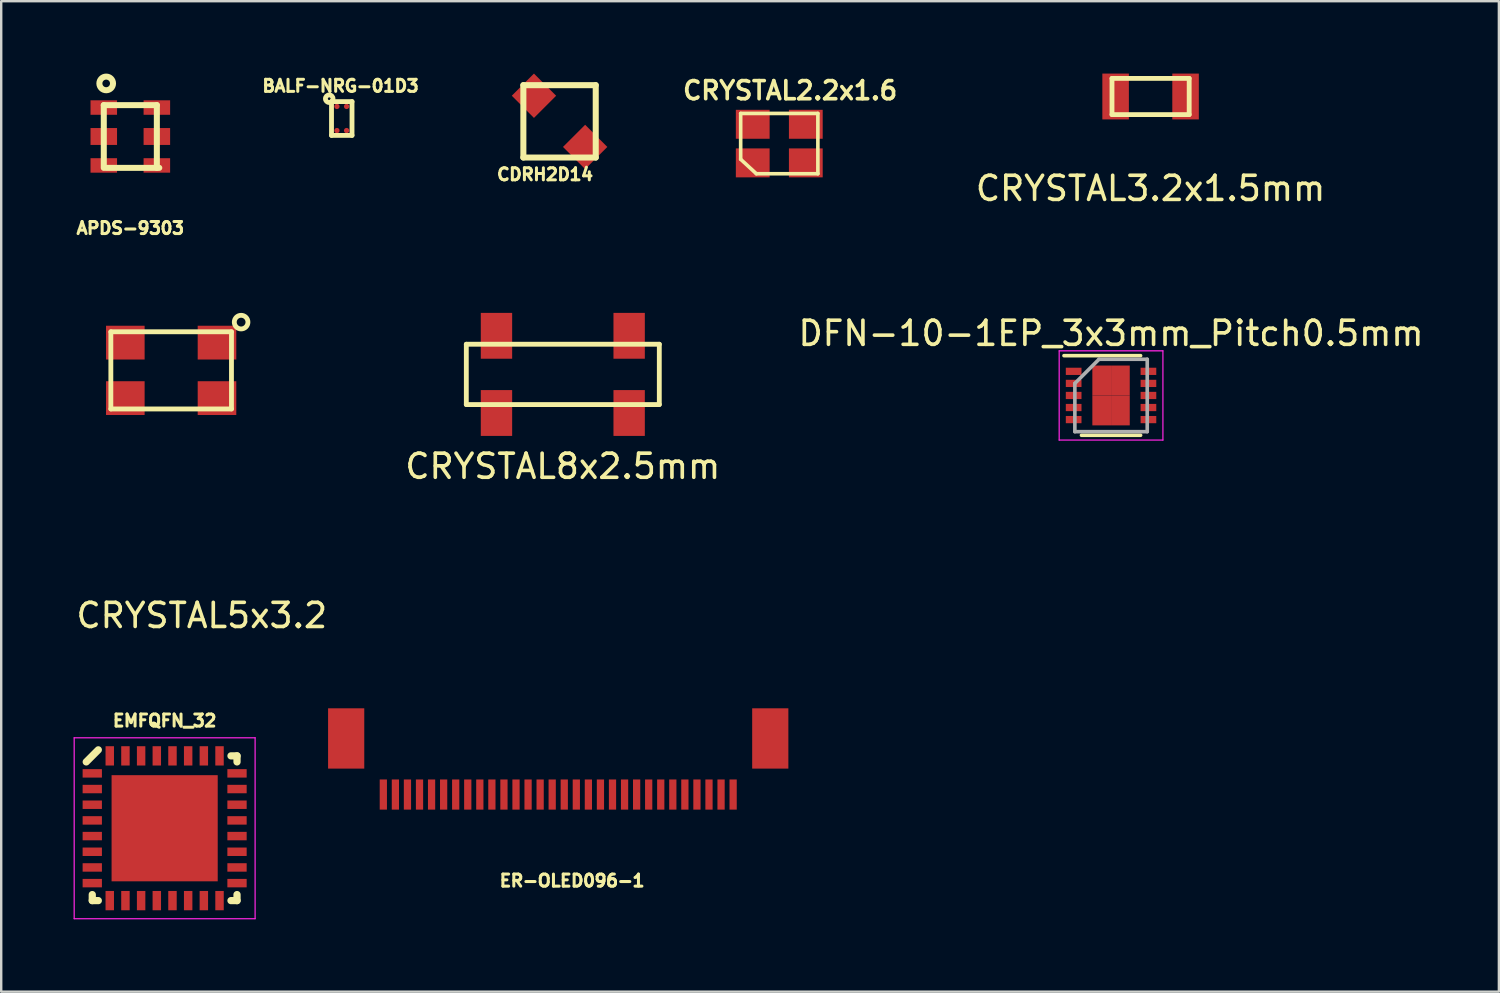
<source format=kicad_pcb>
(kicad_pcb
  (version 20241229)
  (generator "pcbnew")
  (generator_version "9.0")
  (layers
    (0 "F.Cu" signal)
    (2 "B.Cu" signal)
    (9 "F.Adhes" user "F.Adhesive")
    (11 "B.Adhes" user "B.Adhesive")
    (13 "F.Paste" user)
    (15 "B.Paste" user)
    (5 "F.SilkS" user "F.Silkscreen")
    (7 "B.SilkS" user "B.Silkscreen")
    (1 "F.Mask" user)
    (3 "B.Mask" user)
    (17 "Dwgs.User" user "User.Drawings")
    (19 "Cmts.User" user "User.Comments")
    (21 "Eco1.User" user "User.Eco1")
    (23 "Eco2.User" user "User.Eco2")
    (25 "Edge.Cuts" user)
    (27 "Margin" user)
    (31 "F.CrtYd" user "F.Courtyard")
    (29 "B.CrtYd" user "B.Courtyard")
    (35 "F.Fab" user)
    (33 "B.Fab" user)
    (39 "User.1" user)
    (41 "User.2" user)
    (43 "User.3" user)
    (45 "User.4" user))
  (footprint "DFN-10-1EP_3x3mm_Pitch0.5mm"
    (layer "F.Cu")
    (at 43.006 13.343)
    (property "Reference" "DFN-10-1EP_3x3mm_Pitch0.5mm" (at 0 -2.575 0) (layer "F.SilkS") (effects (font (size 1 1) (thickness 0.15))))
    (attr smd)
    (fp_line (start -1.95 -1.65) (end 1.225 -1.65) (stroke (width 0.15) (type solid)) (layer "F.SilkS"))
    (fp_line (start -1.225 1.65) (end 1.225 1.65) (stroke (width 0.15) (type solid)) (layer "F.SilkS"))
    (fp_line (start -2.15 -1.85) (end -2.15 1.85) (stroke (width 0.05) (type solid)) (layer "F.CrtYd"))
    (fp_line (start -2.15 -1.85) (end 2.15 -1.85) (stroke (width 0.05) (type solid)) (layer "F.CrtYd"))
    (fp_line (start -2.15 1.85) (end 2.15 1.85) (stroke (width 0.05) (type solid)) (layer "F.CrtYd"))
    (fp_line (start 2.15 -1.85) (end 2.15 1.85) (stroke (width 0.05) (type solid)) (layer "F.CrtYd"))
    (fp_line (start -1.5 -0.5) (end -0.5 -1.5) (stroke (width 0.15) (type solid)) (layer "F.Fab"))
    (fp_line (start -1.5 1.5) (end -1.5 -0.5) (stroke (width 0.15) (type solid)) (layer "F.Fab"))
    (fp_line (start -0.5 -1.5) (end 1.5 -1.5) (stroke (width 0.15) (type solid)) (layer "F.Fab"))
    (fp_line (start 1.5 -1.5) (end 1.5 1.5) (stroke (width 0.15) (type solid)) (layer "F.Fab"))
    (fp_line (start 1.5 1.5) (end -1.5 1.5) (stroke (width 0.15) (type solid)) (layer "F.Fab"))
    (pad "1" smd rect (at -1.55 -1) (size 0.65 0.3) (layers "F.Cu" "F.Mask" "F.Paste"))
    (pad "2" smd rect (at -1.55 -0.5) (size 0.65 0.3) (layers "F.Cu" "F.Mask" "F.Paste"))
    (pad "3" smd rect (at -1.55 0) (size 0.65 0.3) (layers "F.Cu" "F.Mask" "F.Paste"))
    (pad "4" smd rect (at -1.55 0.5) (size 0.65 0.3) (layers "F.Cu" "F.Mask" "F.Paste"))
    (pad "5" smd rect (at -1.55 1) (size 0.65 0.3) (layers "F.Cu" "F.Mask" "F.Paste"))
    (pad "6" smd rect (at 1.55 1) (size 0.65 0.3) (layers "F.Cu" "F.Mask" "F.Paste"))
    (pad "7" smd rect (at 1.55 0.5) (size 0.65 0.3) (layers "F.Cu" "F.Mask" "F.Paste"))
    (pad "8" smd rect (at 1.55 0) (size 0.65 0.3) (layers "F.Cu" "F.Mask" "F.Paste"))
    (pad "9" smd rect (at 1.55 -0.5) (size 0.65 0.3) (layers "F.Cu" "F.Mask" "F.Paste"))
    (pad "10" smd rect (at 1.55 -1) (size 0.65 0.3) (layers "F.Cu" "F.Mask" "F.Paste"))
    (pad "11" smd rect (at -0.388 -0.62) (size 0.775 1.24) (layers "F.Cu" "F.Mask" "F.Paste"))
    (pad "11" smd rect (at -0.388 0.62) (size 0.775 1.24) (layers "F.Cu" "F.Mask" "F.Paste"))
    (pad "11" smd rect (at 0.388 -0.62) (size 0.775 1.24) (layers "F.Cu" "F.Mask" "F.Paste"))
    (pad "11" smd rect (at 0.388 0.62) (size 0.775 1.24) (layers "F.Cu" "F.Mask" "F.Paste")))
  (footprint "CDRH2D14"
    (layer "F.Cu")
    (at 20.145 1.98)
    (property "Reference" "CDRH2D14" (at -0.6 2.2 0) (layer "F.SilkS") (effects (font (size 0.5 0.5) (thickness 0.125))))
    (attr through_hole)
    (fp_line (start -1.5 -1.5) (end -1.5 1.5) (stroke (width 0.25) (type solid)) (layer "F.SilkS"))
    (fp_line (start -1.5 -1.5) (end 1.5 -1.5) (stroke (width 0.25) (type solid)) (layer "F.SilkS"))
    (fp_line (start -1.5 1.5) (end 1.5 1.5) (stroke (width 0.25) (type solid)) (layer "F.SilkS"))
    (fp_line (start 1.5 -1.5) (end 1.5 1.5) (stroke (width 0.25) (type solid)) (layer "F.SilkS"))
    (pad "1" smd rect (at -1.061 -1.061 45) (size 1.3 1.3) (layers "F.Cu" "F.Mask" "F.Paste"))
    (pad "2" smd rect (at 1.061 1.061 45) (size 1.3 1.3) (layers "F.Cu" "F.Mask" "F.Paste")))
  (footprint "BALF-NRG-01D3"
    (layer "F.Cu")
    (at 11.117 1.862)
    (property "Reference" "BALF-NRG-01D3" (at -0.05 -1.35 0) (layer "F.SilkS") (effects (font (size 0.5 0.5) (thickness 0.125))))
    (attr through_hole)
    (fp_line (start -0.425 -0.7) (end -0.425 0.7) (stroke (width 0.2) (type solid)) (layer "F.SilkS"))
    (fp_line (start -0.425 -0.7) (end 0.425 -0.7) (stroke (width 0.2) (type solid)) (layer "F.SilkS"))
    (fp_line (start -0.425 0.7) (end 0.425 0.7) (stroke (width 0.2) (type solid)) (layer "F.SilkS"))
    (fp_line (start 0.425 -0.7) (end 0.425 0.7) (stroke (width 0.2) (type solid)) (layer "F.SilkS"))
    (fp_circle (center -0.52 -0.82) (end -0.56 -0.86) (stroke (width 0.2) (type solid)) (fill no) (layer "F.SilkS"))
    (pad "1" smd circle (at -0.2 -0.5) (size 0.22 0.22) (layers "F.Cu" "F.Mask" "F.Paste"))
    (pad "2" smd circle (at 0.2 -0.5) (size 0.22 0.22) (layers "F.Cu" "F.Mask" "F.Paste"))
    (pad "3" smd circle (at 0.2 0.5) (size 0.22 0.22) (layers "F.Cu" "F.Mask" "F.Paste"))
    (pad "4" smd circle (at -0.2 0.5) (size 0.22 0.22) (layers "F.Cu" "F.Mask" "F.Paste")))
  (footprint "ER-OLED096-1"
    (layer "F.Cu")
    (at 20.09 29.886)
    (property "Reference" "ER-OLED096-1" (at 0.576 3.572 0) (layer "F.SilkS") (effects (font (size 0.5 0.5) (thickness 0.125))))
    (attr through_hole)
    (pad "1" smd rect (at -7.25 0 180) (size 0.3 1.25) (layers "F.Cu" "F.Mask" "F.Paste"))
    (pad "2" smd rect (at -6.75 0 180) (size 0.3 1.25) (layers "F.Cu" "F.Mask" "F.Paste"))
    (pad "3" smd rect (at -6.25 0 180) (size 0.3 1.25) (layers "F.Cu" "F.Mask" "F.Paste"))
    (pad "4" smd rect (at -5.75 0 180) (size 0.3 1.25) (layers "F.Cu" "F.Mask" "F.Paste"))
    (pad "5" smd rect (at -5.25 0 180) (size 0.3 1.25) (layers "F.Cu" "F.Mask" "F.Paste"))
    (pad "6" smd rect (at -4.75 0 180) (size 0.3 1.25) (layers "F.Cu" "F.Mask" "F.Paste"))
    (pad "7" smd rect (at -4.25 0 180) (size 0.3 1.25) (layers "F.Cu" "F.Mask" "F.Paste"))
    (pad "8" smd rect (at -3.75 0 180) (size 0.3 1.25) (layers "F.Cu" "F.Mask" "F.Paste"))
    (pad "9" smd rect (at -3.25 0 180) (size 0.3 1.25) (layers "F.Cu" "F.Mask" "F.Paste"))
    (pad "10" smd rect (at -2.75 0 180) (size 0.3 1.25) (layers "F.Cu" "F.Mask" "F.Paste"))
    (pad "11" smd rect (at -2.25 0 180) (size 0.3 1.25) (layers "F.Cu" "F.Mask" "F.Paste"))
    (pad "12" smd rect (at -1.75 0 180) (size 0.3 1.25) (layers "F.Cu" "F.Mask" "F.Paste"))
    (pad "13" smd rect (at -1.25 0 180) (size 0.3 1.25) (layers "F.Cu" "F.Mask" "F.Paste"))
    (pad "14" smd rect (at -0.75 0 180) (size 0.3 1.25) (layers "F.Cu" "F.Mask" "F.Paste"))
    (pad "15" smd rect (at -0.25 0 180) (size 0.3 1.25) (layers "F.Cu" "F.Mask" "F.Paste"))
    (pad "16" smd rect (at 0.25 0 180) (size 0.3 1.25) (layers "F.Cu" "F.Mask" "F.Paste"))
    (pad "17" smd rect (at 0.75 0 180) (size 0.3 1.25) (layers "F.Cu" "F.Mask" "F.Paste"))
    (pad "18" smd rect (at 1.25 0 180) (size 0.3 1.25) (layers "F.Cu" "F.Mask" "F.Paste"))
    (pad "19" smd rect (at 1.75 0 180) (size 0.3 1.25) (layers "F.Cu" "F.Mask" "F.Paste"))
    (pad "20" smd rect (at 2.25 0 180) (size 0.3 1.25) (layers "F.Cu" "F.Mask" "F.Paste"))
    (pad "21" smd rect (at 2.75 0 180) (size 0.3 1.25) (layers "F.Cu" "F.Mask" "F.Paste"))
    (pad "22" smd rect (at 3.25 0 180) (size 0.3 1.25) (layers "F.Cu" "F.Mask" "F.Paste"))
    (pad "23" smd rect (at 3.75 0 180) (size 0.3 1.25) (layers "F.Cu" "F.Mask" "F.Paste"))
    (pad "24" smd rect (at 4.25 0 180) (size 0.3 1.25) (layers "F.Cu" "F.Mask" "F.Paste"))
    (pad "25" smd rect (at 4.75 0 180) (size 0.3 1.25) (layers "F.Cu" "F.Mask" "F.Paste"))
    (pad "26" smd rect (at 5.25 0 180) (size 0.3 1.25) (layers "F.Cu" "F.Mask" "F.Paste"))
    (pad "27" smd rect (at 5.75 0 180) (size 0.3 1.25) (layers "F.Cu" "F.Mask" "F.Paste"))
    (pad "28" smd rect (at 6.25 0 180) (size 0.3 1.25) (layers "F.Cu" "F.Mask" "F.Paste"))
    (pad "29" smd rect (at 6.75 0 180) (size 0.3 1.25) (layers "F.Cu" "F.Mask" "F.Paste"))
    (pad "30" smd rect (at 7.25 0 180) (size 0.3 1.25) (layers "F.Cu" "F.Mask" "F.Paste"))
    (pad "31" smd rect (at -8.79 -2.325) (size 1.5 2.5) (layers "F.Cu" "F.Mask" "F.Paste"))
    (pad "32" smd rect (at 8.79 -2.325) (size 1.5 2.5) (layers "F.Cu" "F.Mask" "F.Paste")))
  (footprint "CRYSTAL2.2x1.6"
    (layer "F.Cu")
    (at 29.253 2.902)
    (property "Reference" "CRYSTAL2.2x1.6" (at 0.45 -2.2 0) (layer "F.SilkS") (effects (font (size 0.75 0.75) (thickness 0.15))))
    (attr through_hole)
    (fp_line (start -1.6 -1.25) (end -1.6 0.65) (stroke (width 0.15) (type solid)) (layer "F.SilkS"))
    (fp_line (start -1.6 -1.25) (end 1.6 -1.25) (stroke (width 0.15) (type solid)) (layer "F.SilkS"))
    (fp_line (start -1.6 0.65) (end -0.95 1.25) (stroke (width 0.15) (type solid)) (layer "F.SilkS"))
    (fp_line (start -0.95 1.25) (end 1.6 1.25) (stroke (width 0.15) (type solid)) (layer "F.SilkS"))
    (fp_line (start 1.6 -1.25) (end 1.6 1.25) (stroke (width 0.15) (type solid)) (layer "F.SilkS"))
    (pad "1" smd rect (at -1.1 0.8) (size 1.4 1.2) (layers "F.Cu" "F.Mask" "F.Paste"))
    (pad "2" smd rect (at 1.1 0.8) (size 1.4 1.2) (layers "F.Cu" "F.Mask" "F.Paste"))
    (pad "3" smd rect (at -1.1 -0.8) (size 1.4 1.2) (layers "F.Cu" "F.Mask" "F.Paste"))
    (pad "4" smd rect (at 1.1 -0.8) (size 1.4 1.2) (layers "F.Cu" "F.Mask" "F.Paste")))
  (footprint "CRYSTAL3.2x1.5mm"
    (layer "F.Cu")
    (at 44.645 0.95)
    (property "Reference" "CRYSTAL3.2x1.5mm" (at 0 3.81 0) (layer "F.SilkS") (effects (font (size 1 1) (thickness 0.15))))
    (attr through_hole)
    (fp_line (start -1.6 -0.75) (end -1.6 0.75) (stroke (width 0.2) (type solid)) (layer "F.SilkS"))
    (fp_line (start -1.6 -0.75) (end 1.6 -0.75) (stroke (width 0.2) (type solid)) (layer "F.SilkS"))
    (fp_line (start -1.6 0.75) (end 1.6 0.75) (stroke (width 0.2) (type solid)) (layer "F.SilkS"))
    (fp_line (start 1.6 -0.75) (end 1.6 0.75) (stroke (width 0.2) (type solid)) (layer "F.SilkS"))
    (pad "1" smd rect (at -1.45 0) (size 1.1 1.9) (layers "F.Cu" "F.Mask" "F.Paste"))
    (pad "2" smd rect (at 1.45 0) (size 1.1 1.9) (layers "F.Cu" "F.Mask" "F.Paste")))
  (footprint "CRYSTAL8x2.5mm"
    (layer "F.Cu")
    (at 20.28 12.47)
    (property "Reference" "CRYSTAL8x2.5mm" (at 0 3.81 0) (layer "F.SilkS") (effects (font (size 1 1) (thickness 0.15))))
    (attr through_hole)
    (fp_line (start -4 -1.25) (end -4 1.25) (stroke (width 0.2) (type solid)) (layer "F.SilkS"))
    (fp_line (start -4 -1.25) (end 4 -1.25) (stroke (width 0.2) (type solid)) (layer "F.SilkS"))
    (fp_line (start -4 1.25) (end 4 1.25) (stroke (width 0.2) (type solid)) (layer "F.SilkS"))
    (fp_line (start 4 -1.25) (end 4 1.25) (stroke (width 0.2) (type solid)) (layer "F.SilkS"))
    (pad "1" smd rect (at -2.75 1.6) (size 1.3 1.9) (layers "F.Cu" "F.Mask" "F.Paste"))
    (pad "2" smd rect (at 2.75 1.6) (size 1.3 1.9) (layers "F.Cu" "F.Mask" "F.Paste"))
    (pad "3" smd rect (at 2.75 -1.6) (size 1.3 1.9) (layers "F.Cu" "F.Mask" "F.Paste"))
    (pad "4" smd rect (at -2.75 -1.6) (size 1.3 1.9) (layers "F.Cu" "F.Mask" "F.Paste")))
  (footprint "APDS-9303"
    (layer "F.Cu")
    (at 2.352 2.608)
    (property "Reference" "APDS-9303" (at 0 3.8 0) (layer "F.SilkS") (effects (font (size 0.5 0.5) (thickness 0.125))))
    (attr through_hole)
    (fp_line (start -1.1 -1.3) (end -1.1 1.3) (stroke (width 0.25) (type solid)) (layer "F.SilkS"))
    (fp_line (start -1.1 -1.3) (end 1.1 -1.3) (stroke (width 0.25) (type solid)) (layer "F.SilkS"))
    (fp_line (start -1 1.3) (end 1.2 1.3) (stroke (width 0.25) (type solid)) (layer "F.SilkS"))
    (fp_line (start 1.1 -1.3) (end 1.1 1.3) (stroke (width 0.25) (type solid)) (layer "F.SilkS"))
    (fp_circle (center -1 -2.2) (end -0.8 -2.4) (stroke (width 0.25) (type solid)) (fill no) (layer "F.SilkS"))
    (pad "1" smd rect (at -1.1 -1.2) (size 1.1 0.6) (layers "F.Cu" "F.Mask" "F.Paste"))
    (pad "2" smd rect (at 1.1 -1.2) (size 1.1 0.6) (layers "F.Cu" "F.Mask" "F.Paste"))
    (pad "3" smd rect (at 1.1 0) (size 1.1 0.7) (layers "F.Cu" "F.Mask" "F.Paste"))
    (pad "4" smd rect (at 1.1 1.2) (size 1.1 0.6) (layers "F.Cu" "F.Mask" "F.Paste"))
    (pad "5" smd rect (at -1.1 1.2) (size 1.1 0.6) (layers "F.Cu" "F.Mask" "F.Paste"))
    (pad "6" smd rect (at -1.1 0) (size 1.1 0.7) (layers "F.Cu" "F.Mask" "F.Paste")))
  (footprint "CRYSTAL5x3.2"
    (layer "F.Cu")
    (at 4.045 12.303)
    (property "Reference" "CRYSTAL5x3.2" (at 1.27 10.16 0) (layer "F.SilkS") (effects (font (size 1 1) (thickness 0.15))))
    (attr through_hole)
    (fp_line (start -2.5 -1.6) (end -2.5 1.6) (stroke (width 0.2) (type solid)) (layer "F.SilkS"))
    (fp_line (start -2.5 -1.6) (end 2.5 -1.6) (stroke (width 0.2) (type solid)) (layer "F.SilkS"))
    (fp_line (start -2.5 1.6) (end 2.5 1.6) (stroke (width 0.2) (type solid)) (layer "F.SilkS"))
    (fp_line (start 2.5 -1.6) (end 2.5 1.6) (stroke (width 0.2) (type solid)) (layer "F.SilkS"))
    (fp_circle (center 2.9 -2) (end 3.1 -2.2) (stroke (width 0.2) (type solid)) (fill no) (layer "F.SilkS"))
    (pad "1" smd rect (at -1.9 1.15) (size 1.6 1.4) (layers "F.Cu" "F.Mask" "F.Paste"))
    (pad "2" smd rect (at 1.9 1.15) (size 1.6 1.4) (layers "F.Cu" "F.Mask" "F.Paste"))
    (pad "3" smd rect (at -1.9 -1.15) (size 1.6 1.4) (layers "F.Cu" "F.Mask" "F.Paste"))
    (pad "4" smd rect (at 1.9 -1.15) (size 1.6 1.4) (layers "F.Cu" "F.Mask" "F.Paste")))
  (footprint "EMFQFN_32"
    (layer "F.Cu")
    (at 3.775 31.283)
    (property "Reference" "EMFQFN_32" (at 0 -4.46 0) (layer "F.SilkS") (effects (font (size 0.5 0.5) (thickness 0.125))))
    (attr smd)
    (fp_line (start -3.25 -2.75) (end -2.75 -3.25) (stroke (width 0.3) (type solid)) (layer "F.SilkS"))
    (fp_line (start -3 3) (end -3 2.75) (stroke (width 0.3) (type solid)) (layer "F.SilkS"))
    (fp_line (start -2.75 3) (end -3 3) (stroke (width 0.3) (type solid)) (layer "F.SilkS"))
    (fp_line (start 2.75 -3) (end 3 -3) (stroke (width 0.3) (type solid)) (layer "F.SilkS"))
    (fp_line (start 2.75 3) (end 3 3) (stroke (width 0.3) (type solid)) (layer "F.SilkS"))
    (fp_line (start 3 -3) (end 3 -2.75) (stroke (width 0.3) (type solid)) (layer "F.SilkS"))
    (fp_line (start 3 3) (end 3 2.75) (stroke (width 0.3) (type solid)) (layer "F.SilkS"))
    (fp_line (start -3.75 -3.75) (end 3.75 -3.75) (stroke (width 0.05) (type solid)) (layer "F.CrtYd"))
    (fp_line (start -3.75 3.75) (end -3.75 -3.75) (stroke (width 0.05) (type solid)) (layer "F.CrtYd"))
    (fp_line (start 3.75 -3.75) (end 3.75 3.75) (stroke (width 0.05) (type solid)) (layer "F.CrtYd"))
    (fp_line (start 3.75 3.75) (end -3.75 3.75) (stroke (width 0.05) (type solid)) (layer "F.CrtYd"))
    (pad "1" smd rect (at -3 -2.275 90) (size 0.35 0.8) (layers "F.Cu" "F.Mask" "F.Paste"))
    (pad "2" smd rect (at -3 -1.625 90) (size 0.35 0.8) (layers "F.Cu" "F.Mask" "F.Paste"))
    (pad "3" smd rect (at -3 -0.975 90) (size 0.35 0.8) (layers "F.Cu" "F.Mask" "F.Paste"))
    (pad "4" smd rect (at -3 -0.325 90) (size 0.35 0.8) (layers "F.Cu" "F.Mask" "F.Paste"))
    (pad "5" smd rect (at -3 0.325 90) (size 0.35 0.8) (layers "F.Cu" "F.Mask" "F.Paste"))
    (pad "6" smd rect (at -3 0.975 90) (size 0.35 0.8) (layers "F.Cu" "F.Mask" "F.Paste"))
    (pad "7" smd rect (at -3 1.625 90) (size 0.35 0.8) (layers "F.Cu" "F.Mask" "F.Paste"))
    (pad "8" smd rect (at -3 2.275 90) (size 0.35 0.8) (layers "F.Cu" "F.Mask" "F.Paste"))
    (pad "9" smd rect (at -2.275 3) (size 0.35 0.8) (layers "F.Cu" "F.Mask" "F.Paste"))
    (pad "10" smd rect (at -1.625 3) (size 0.35 0.8) (layers "F.Cu" "F.Mask" "F.Paste"))
    (pad "11" smd rect (at -0.975 3) (size 0.35 0.8) (layers "F.Cu" "F.Mask" "F.Paste"))
    (pad "12" smd rect (at -0.325 3) (size 0.35 0.8) (layers "F.Cu" "F.Mask" "F.Paste"))
    (pad "13" smd rect (at 0.325 3) (size 0.35 0.8) (layers "F.Cu" "F.Mask" "F.Paste"))
    (pad "14" smd rect (at 0.975 3) (size 0.35 0.8) (layers "F.Cu" "F.Mask" "F.Paste"))
    (pad "15" smd rect (at 1.625 3) (size 0.35 0.8) (layers "F.Cu" "F.Mask" "F.Paste"))
    (pad "16" smd rect (at 2.275 3) (size 0.35 0.8) (layers "F.Cu" "F.Mask" "F.Paste"))
    (pad "17" smd rect (at 3 2.275 90) (size 0.35 0.8) (layers "F.Cu" "F.Mask" "F.Paste"))
    (pad "18" smd rect (at 3 1.625 90) (size 0.35 0.8) (layers "F.Cu" "F.Mask" "F.Paste"))
    (pad "19" smd rect (at 3 0.975 90) (size 0.35 0.8) (layers "F.Cu" "F.Mask" "F.Paste"))
    (pad "20" smd rect (at 3 0.325 90) (size 0.35 0.8) (layers "F.Cu" "F.Mask" "F.Paste"))
    (pad "21" smd rect (at 3 -0.325 90) (size 0.35 0.8) (layers "F.Cu" "F.Mask" "F.Paste"))
    (pad "22" smd rect (at 3 -0.975 90) (size 0.35 0.8) (layers "F.Cu" "F.Mask" "F.Paste"))
    (pad "23" smd rect (at 3 -1.625 90) (size 0.35 0.8) (layers "F.Cu" "F.Mask" "F.Paste"))
    (pad "24" smd rect (at 3 -2.275 90) (size 0.35 0.8) (layers "F.Cu" "F.Mask" "F.Paste"))
    (pad "25" smd rect (at 2.275 -3) (size 0.35 0.8) (layers "F.Cu" "F.Mask" "F.Paste"))
    (pad "26" smd rect (at 1.625 -3) (size 0.35 0.8) (layers "F.Cu" "F.Mask" "F.Paste"))
    (pad "27" smd rect (at 0.975 -3) (size 0.35 0.8) (layers "F.Cu" "F.Mask" "F.Paste"))
    (pad "28" smd rect (at 0.325 -3) (size 0.35 0.8) (layers "F.Cu" "F.Mask" "F.Paste"))
    (pad "29" smd rect (at -0.325 -3) (size 0.35 0.8) (layers "F.Cu" "F.Mask" "F.Paste"))
    (pad "30" smd rect (at -0.975 -3) (size 0.35 0.8) (layers "F.Cu" "F.Mask" "F.Paste"))
    (pad "31" smd rect (at -1.625 -3) (size 0.35 0.8) (layers "F.Cu" "F.Mask" "F.Paste"))
    (pad "32" smd rect (at -2.275 -3) (size 0.35 0.8) (layers "F.Cu" "F.Mask" "F.Paste"))
    (pad "33" smd rect (at 0 0) (size 4.4 4.4) (layers "F.Cu" "F.Mask" "F.Paste")))
  (gr_rect
    (start -3 -3)
    (end 59.083 38.058)
    (stroke (width 0.1) (type default))
    (fill no)
    (layer "Edge.Cuts")))
</source>
